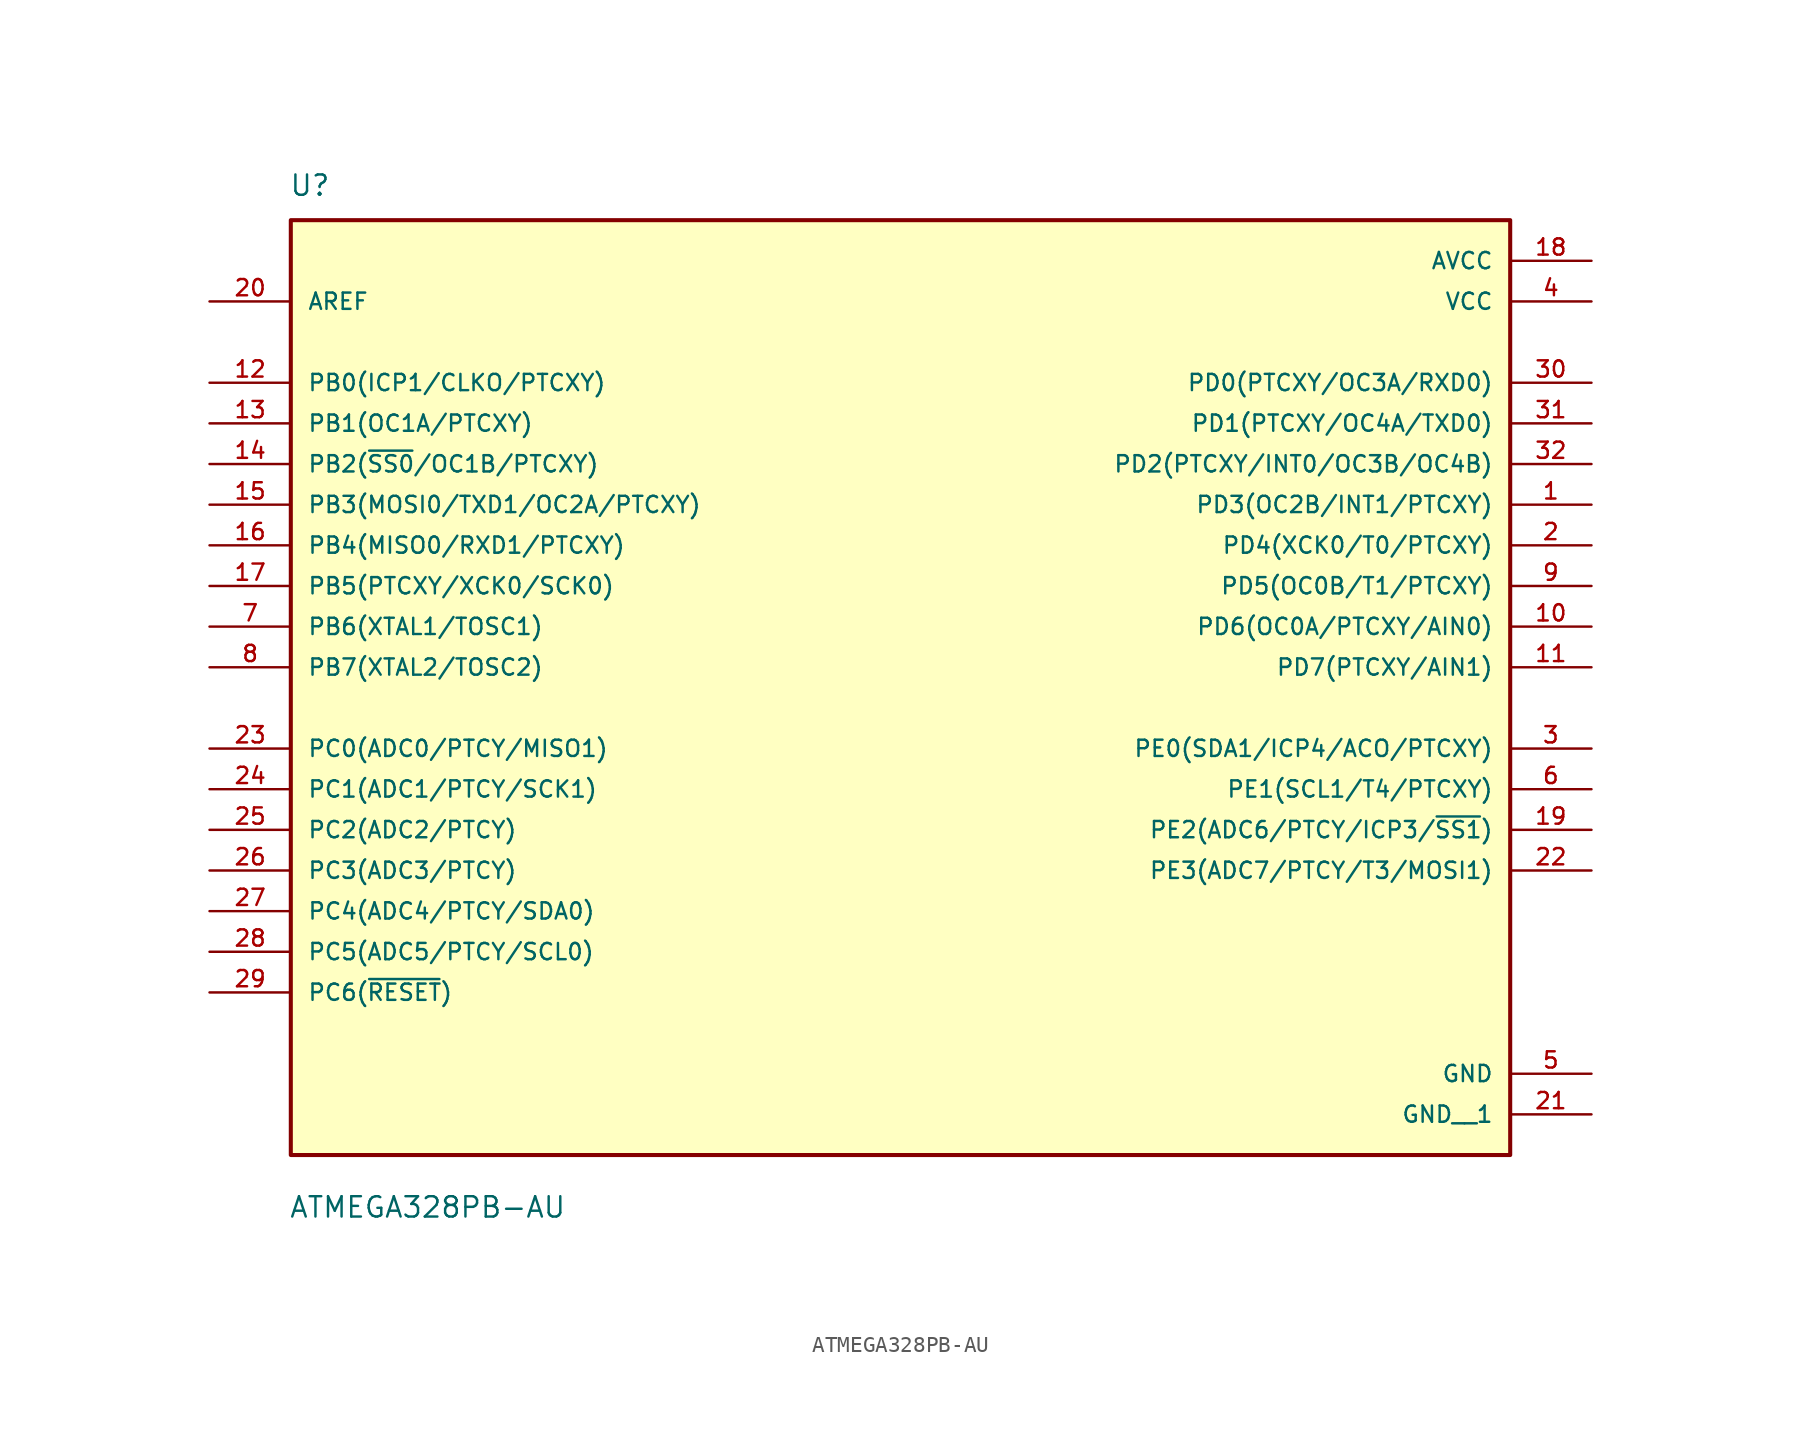
<source format=kicad_sym>
(kicad_symbol_lib
  (version 20211014)
  (generator kicad_symbol_editor)
  (symbol "ATMEGA328PB-AU"
    (pin_names
      (offset 1.016))
    (property "Reference" "U"
      (at -38.215 29.363 0)
      (effects (font (size 1.27 1.27)) (justify bottom left)))
    (property "Value" "ATMEGA328PB-AU"
      (at -38.233 -34.487 0)
      (effects (font (size 1.27 1.27)) (justify bottom left)))
    (symbol "ATMEGA328PB-AU_0_0"
      (rectangle (start -38.1 -30.48) (end 38.1 27.94) (stroke (width 0.254)) (fill (type background)))
      (pin power_in line (at 43.18 22.86 180.0) (length 5.08) (name "VCC" (effects (font (size 1.016 1.016)))) (number "4" (effects (font (size 1.016 1.016)))))
      (pin power_in line (at 43.18 -25.4 180.0) (length 5.08) (name "GND" (effects (font (size 1.016 1.016)))) (number "5" (effects (font (size 1.016 1.016)))))
      (pin bidirectional line (at -43.18 17.78 0) (length 5.08) (name "PB0(ICP1/CLKO/PTCXY)" (effects (font (size 1.016 1.016)))) (number "12" (effects (font (size 1.016 1.016)))))
      (pin bidirectional line (at -43.18 15.24 0) (length 5.08) (name "PB1(OC1A/PTCXY)" (effects (font (size 1.016 1.016)))) (number "13" (effects (font (size 1.016 1.016)))))
      (pin bidirectional line (at -43.18 12.7 0) (length 5.08) (name "PB2(~{SS0}/OC1B/PTCXY)" (effects (font (size 1.016 1.016)))) (number "14" (effects (font (size 1.016 1.016)))))
      (pin bidirectional line (at -43.18 10.16 0) (length 5.08) (name "PB3(MOSI0/TXD1/OC2A/PTCXY)" (effects (font (size 1.016 1.016)))) (number "15" (effects (font (size 1.016 1.016)))))
      (pin bidirectional line (at -43.18 7.62 0) (length 5.08) (name "PB4(MISO0/RXD1/PTCXY)" (effects (font (size 1.016 1.016)))) (number "16" (effects (font (size 1.016 1.016)))))
      (pin bidirectional line (at -43.18 5.08 0) (length 5.08) (name "PB5(PTCXY/XCK0/SCK0)" (effects (font (size 1.016 1.016)))) (number "17" (effects (font (size 1.016 1.016)))))
      (pin bidirectional line (at -43.18 2.54 0) (length 5.08) (name "PB6(XTAL1/TOSC1)" (effects (font (size 1.016 1.016)))) (number "7" (effects (font (size 1.016 1.016)))))
      (pin bidirectional line (at -43.18 0.0 0) (length 5.08) (name "PB7(XTAL2/TOSC2)" (effects (font (size 1.016 1.016)))) (number "8" (effects (font (size 1.016 1.016)))))
      (pin bidirectional line (at -43.18 -5.08 0) (length 5.08) (name "PC0(ADC0/PTCY/MISO1)" (effects (font (size 1.016 1.016)))) (number "23" (effects (font (size 1.016 1.016)))))
      (pin bidirectional line (at -43.18 -7.62 0) (length 5.08) (name "PC1(ADC1/PTCY/SCK1)" (effects (font (size 1.016 1.016)))) (number "24" (effects (font (size 1.016 1.016)))))
      (pin bidirectional line (at -43.18 -10.16 0) (length 5.08) (name "PC2(ADC2/PTCY)" (effects (font (size 1.016 1.016)))) (number "25" (effects (font (size 1.016 1.016)))))
      (pin bidirectional line (at -43.18 -12.7 0) (length 5.08) (name "PC3(ADC3/PTCY)" (effects (font (size 1.016 1.016)))) (number "26" (effects (font (size 1.016 1.016)))))
      (pin bidirectional line (at -43.18 -15.24 0) (length 5.08) (name "PC4(ADC4/PTCY/SDA0)" (effects (font (size 1.016 1.016)))) (number "27" (effects (font (size 1.016 1.016)))))
      (pin bidirectional line (at -43.18 -17.78 0) (length 5.08) (name "PC5(ADC5/PTCY/SCL0)" (effects (font (size 1.016 1.016)))) (number "28" (effects (font (size 1.016 1.016)))))
      (pin bidirectional line (at -43.18 -20.32 0) (length 5.08) (name "PC6(~{RESET})" (effects (font (size 1.016 1.016)))) (number "29" (effects (font (size 1.016 1.016)))))
      (pin bidirectional line (at 43.18 17.78 180.0) (length 5.08) (name "PD0(PTCXY/OC3A/RXD0)" (effects (font (size 1.016 1.016)))) (number "30" (effects (font (size 1.016 1.016)))))
      (pin bidirectional line (at 43.18 15.24 180.0) (length 5.08) (name "PD1(PTCXY/OC4A/TXD0)" (effects (font (size 1.016 1.016)))) (number "31" (effects (font (size 1.016 1.016)))))
      (pin bidirectional line (at 43.18 12.7 180.0) (length 5.08) (name "PD2(PTCXY/INT0/OC3B/OC4B)" (effects (font (size 1.016 1.016)))) (number "32" (effects (font (size 1.016 1.016)))))
      (pin bidirectional line (at 43.18 10.16 180.0) (length 5.08) (name "PD3(OC2B/INT1/PTCXY)" (effects (font (size 1.016 1.016)))) (number "1" (effects (font (size 1.016 1.016)))))
      (pin bidirectional line (at 43.18 7.62 180.0) (length 5.08) (name "PD4(XCK0/T0/PTCXY)" (effects (font (size 1.016 1.016)))) (number "2" (effects (font (size 1.016 1.016)))))
      (pin bidirectional line (at 43.18 5.08 180.0) (length 5.08) (name "PD5(OC0B/T1/PTCXY)" (effects (font (size 1.016 1.016)))) (number "9" (effects (font (size 1.016 1.016)))))
      (pin bidirectional line (at 43.18 2.54 180.0) (length 5.08) (name "PD6(OC0A/PTCXY/AIN0)" (effects (font (size 1.016 1.016)))) (number "10" (effects (font (size 1.016 1.016)))))
      (pin bidirectional line (at 43.18 0.0 180.0) (length 5.08) (name "PD7(PTCXY/AIN1)" (effects (font (size 1.016 1.016)))) (number "11" (effects (font (size 1.016 1.016)))))
      (pin input line (at -43.18 22.86 0) (length 5.08) (name "AREF" (effects (font (size 1.016 1.016)))) (number "20" (effects (font (size 1.016 1.016)))))
      (pin power_in line (at 43.18 25.4 180.0) (length 5.08) (name "AVCC" (effects (font (size 1.016 1.016)))) (number "18" (effects (font (size 1.016 1.016)))))
      (pin bidirectional line (at 43.18 -10.16 180.0) (length 5.08) (name "PE2(ADC6/PTCY/ICP3/~{SS1})" (effects (font (size 1.016 1.016)))) (number "19" (effects (font (size 1.016 1.016)))))
      (pin bidirectional line (at 43.18 -12.7 180.0) (length 5.08) (name "PE3(ADC7/PTCY/T3/MOSI1)" (effects (font (size 1.016 1.016)))) (number "22" (effects (font (size 1.016 1.016)))))
      (pin bidirectional line (at 43.18 -7.62 180.0) (length 5.08) (name "PE1(SCL1/T4/PTCXY)" (effects (font (size 1.016 1.016)))) (number "6" (effects (font (size 1.016 1.016)))))
      (pin bidirectional line (at 43.18 -5.08 180.0) (length 5.08) (name "PE0(SDA1/ICP4/ACO/PTCXY)" (effects (font (size 1.016 1.016)))) (number "3" (effects (font (size 1.016 1.016)))))
      (pin power_in line (at 43.18 -27.94 180.0) (length 5.08) (name "GND__1" (effects (font (size 1.016 1.016)))) (number "21" (effects (font (size 1.016 1.016))))))))
</source>
